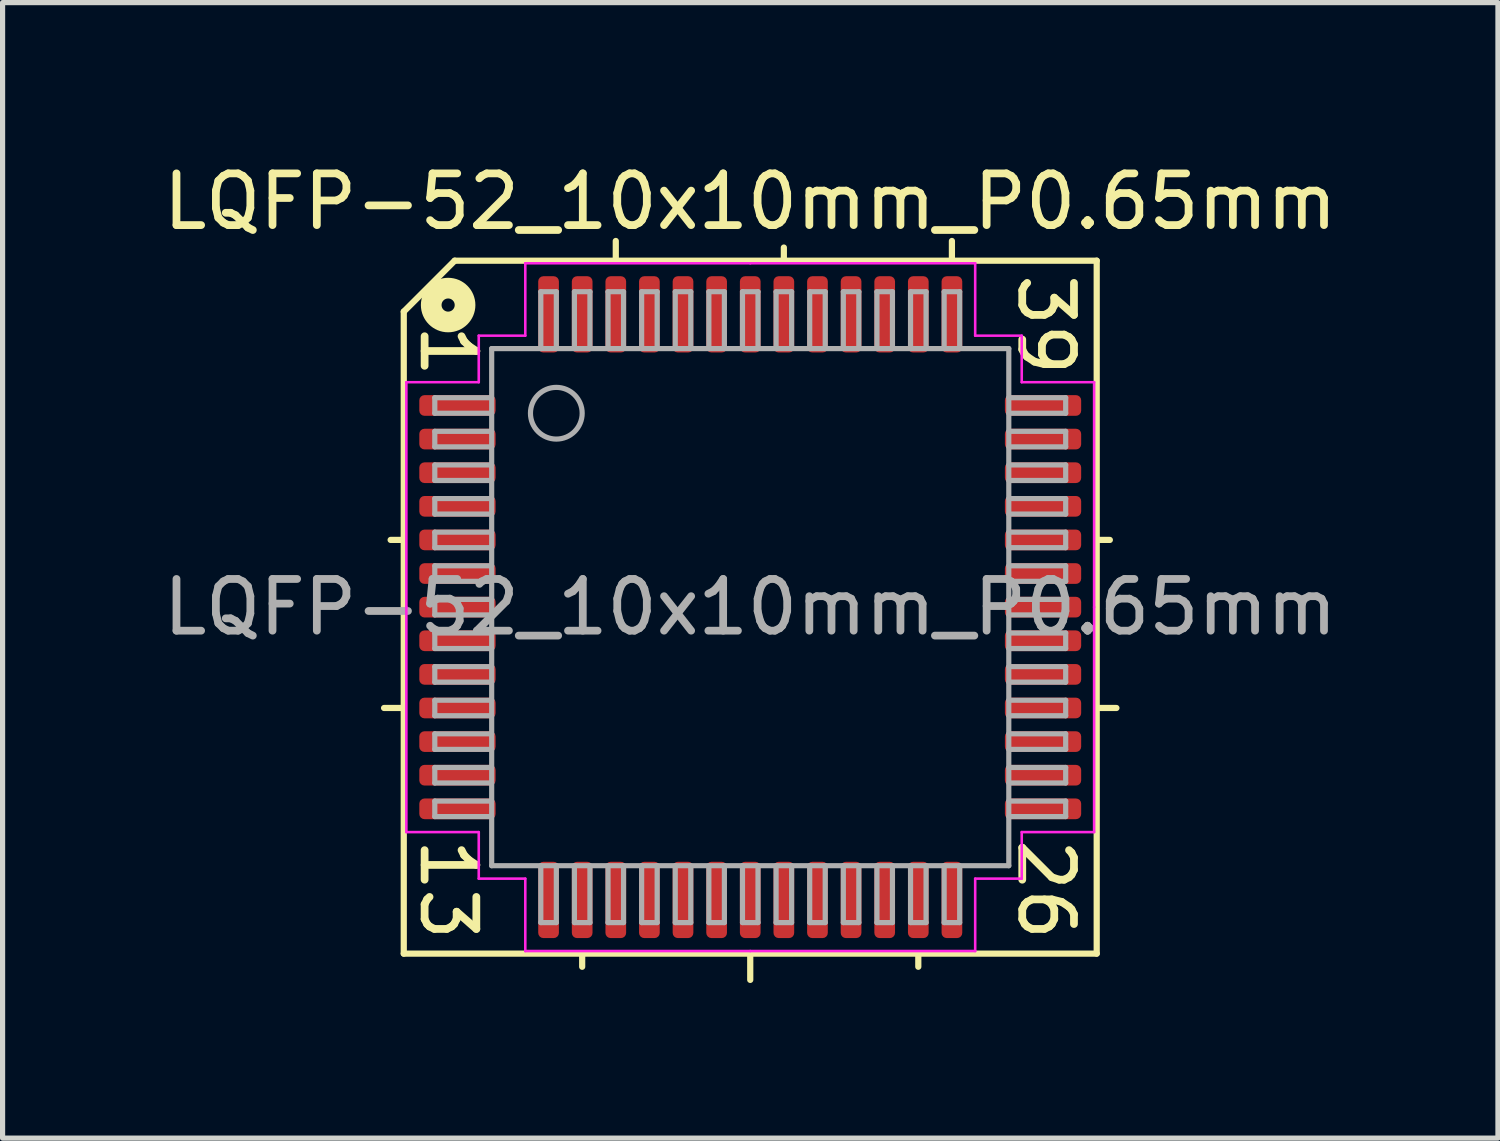
<source format=kicad_pcb>
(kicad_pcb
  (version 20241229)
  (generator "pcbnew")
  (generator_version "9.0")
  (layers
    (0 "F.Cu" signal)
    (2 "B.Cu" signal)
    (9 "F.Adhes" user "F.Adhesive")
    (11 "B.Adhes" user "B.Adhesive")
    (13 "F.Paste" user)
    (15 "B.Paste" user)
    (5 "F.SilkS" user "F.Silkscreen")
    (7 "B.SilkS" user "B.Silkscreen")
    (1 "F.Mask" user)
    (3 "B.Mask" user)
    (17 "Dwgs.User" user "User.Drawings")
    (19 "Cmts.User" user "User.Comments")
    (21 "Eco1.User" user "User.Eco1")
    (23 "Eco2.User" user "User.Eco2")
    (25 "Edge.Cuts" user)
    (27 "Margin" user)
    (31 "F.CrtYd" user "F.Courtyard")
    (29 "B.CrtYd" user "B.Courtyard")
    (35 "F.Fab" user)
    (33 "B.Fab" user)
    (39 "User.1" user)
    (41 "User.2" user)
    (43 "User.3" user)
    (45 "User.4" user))
  (footprint "LQFP-52_10x10mm_P0.65mm"
    (layer "F.Cu")
    (at 11.458 8.691)
    (property "Reference" "LQFP-52_10x10mm_P0.65mm" (at 0 -7.843 0) (layer "F.SilkS") (effects (font (size 1 1) (thickness 0.15))))
    (attr smd)
    (fp_line (start -6.7 -5.715) (end -6.7 6.7) (stroke (width 0.12) (type solid)) (layer "F.SilkS"))
    (fp_line (start -6.7 -1.3) (end -6.954 -1.3) (stroke (width 0.12) (type solid)) (layer "F.SilkS"))
    (fp_line (start -6.7 1.95) (end -7.081 1.95) (stroke (width 0.12) (type solid)) (layer "F.SilkS"))
    (fp_line (start -6.7 6.7) (end 6.7 6.7) (stroke (width 0.12) (type solid)) (layer "F.SilkS"))
    (fp_line (start -5.715 -6.7) (end -6.7 -5.715) (stroke (width 0.12) (type solid)) (layer "F.SilkS"))
    (fp_line (start -3.25 6.7) (end -3.25 6.954) (stroke (width 0.12) (type solid)) (layer "F.SilkS"))
    (fp_line (start -2.6 -6.7) (end -2.6 -7.081) (stroke (width 0.12) (type solid)) (layer "F.SilkS"))
    (fp_line (start 0 6.7) (end 0 7.208) (stroke (width 0.12) (type solid)) (layer "F.SilkS"))
    (fp_line (start 0.65 -6.7) (end 0.65 -6.954) (stroke (width 0.12) (type solid)) (layer "F.SilkS"))
    (fp_line (start 3.25 6.7) (end 3.25 6.954) (stroke (width 0.12) (type solid)) (layer "F.SilkS"))
    (fp_line (start 3.9 -6.7) (end 3.9 -7.081) (stroke (width 0.12) (type solid)) (layer "F.SilkS"))
    (fp_line (start 6.7 -6.7) (end -5.715 -6.7) (stroke (width 0.12) (type solid)) (layer "F.SilkS"))
    (fp_line (start 6.7 -1.3) (end 6.954 -1.3) (stroke (width 0.12) (type solid)) (layer "F.SilkS"))
    (fp_line (start 6.7 1.95) (end 7.081 1.95) (stroke (width 0.12) (type solid)) (layer "F.SilkS"))
    (fp_line (start 6.7 6.7) (end 6.7 -6.7) (stroke (width 0.12) (type solid)) (layer "F.SilkS"))
    (fp_circle (center -5.842 -5.842) (end -5.715 -5.842) (stroke (width 0.4) (type solid)) (fill no) (layer "F.SilkS"))
    (fp_line (start -6.65 -4.35) (end -6.65 0) (stroke (width 0.05) (type solid)) (layer "F.CrtYd"))
    (fp_line (start -6.65 4.35) (end -6.65 0) (stroke (width 0.05) (type solid)) (layer "F.CrtYd"))
    (fp_line (start -5.25 -5.25) (end -5.25 -4.35) (stroke (width 0.05) (type solid)) (layer "F.CrtYd"))
    (fp_line (start -5.25 -4.35) (end -6.65 -4.35) (stroke (width 0.05) (type solid)) (layer "F.CrtYd"))
    (fp_line (start -5.25 4.35) (end -6.65 4.35) (stroke (width 0.05) (type solid)) (layer "F.CrtYd"))
    (fp_line (start -5.25 5.25) (end -5.25 4.35) (stroke (width 0.05) (type solid)) (layer "F.CrtYd"))
    (fp_line (start -4.35 -6.65) (end -4.35 -5.25) (stroke (width 0.05) (type solid)) (layer "F.CrtYd"))
    (fp_line (start -4.35 -5.25) (end -5.25 -5.25) (stroke (width 0.05) (type solid)) (layer "F.CrtYd"))
    (fp_line (start -4.35 5.25) (end -5.25 5.25) (stroke (width 0.05) (type solid)) (layer "F.CrtYd"))
    (fp_line (start -4.35 6.65) (end -4.35 5.25) (stroke (width 0.05) (type solid)) (layer "F.CrtYd"))
    (fp_line (start 0 -6.65) (end -4.35 -6.65) (stroke (width 0.05) (type solid)) (layer "F.CrtYd"))
    (fp_line (start 0 -6.65) (end 4.35 -6.65) (stroke (width 0.05) (type solid)) (layer "F.CrtYd"))
    (fp_line (start 0 6.65) (end -4.35 6.65) (stroke (width 0.05) (type solid)) (layer "F.CrtYd"))
    (fp_line (start 0 6.65) (end 4.35 6.65) (stroke (width 0.05) (type solid)) (layer "F.CrtYd"))
    (fp_line (start 4.35 -6.65) (end 4.35 -5.25) (stroke (width 0.05) (type solid)) (layer "F.CrtYd"))
    (fp_line (start 4.35 -5.25) (end 5.25 -5.25) (stroke (width 0.05) (type solid)) (layer "F.CrtYd"))
    (fp_line (start 4.35 5.25) (end 5.25 5.25) (stroke (width 0.05) (type solid)) (layer "F.CrtYd"))
    (fp_line (start 4.35 6.65) (end 4.35 5.25) (stroke (width 0.05) (type solid)) (layer "F.CrtYd"))
    (fp_line (start 5.25 -5.25) (end 5.25 -4.35) (stroke (width 0.05) (type solid)) (layer "F.CrtYd"))
    (fp_line (start 5.25 -4.35) (end 6.65 -4.35) (stroke (width 0.05) (type solid)) (layer "F.CrtYd"))
    (fp_line (start 5.25 4.35) (end 6.65 4.35) (stroke (width 0.05) (type solid)) (layer "F.CrtYd"))
    (fp_line (start 5.25 5.25) (end 5.25 4.35) (stroke (width 0.05) (type solid)) (layer "F.CrtYd"))
    (fp_line (start 6.65 -4.35) (end 6.65 0) (stroke (width 0.05) (type solid)) (layer "F.CrtYd"))
    (fp_line (start 6.65 4.35) (end 6.65 0) (stroke (width 0.05) (type solid)) (layer "F.CrtYd"))
    (fp_line (start -6.1 -4.05) (end -6.1 -3.75) (stroke (width 0.1) (type solid)) (layer "F.Fab"))
    (fp_line (start -6.1 -4.05) (end -5 -4.05) (stroke (width 0.1) (type solid)) (layer "F.Fab"))
    (fp_line (start -6.1 -3.75) (end -5 -3.75) (stroke (width 0.1) (type solid)) (layer "F.Fab"))
    (fp_line (start -6.1 -3.4) (end -6.1 -3.1) (stroke (width 0.1) (type solid)) (layer "F.Fab"))
    (fp_line (start -6.1 -3.4) (end -5 -3.4) (stroke (width 0.1) (type solid)) (layer "F.Fab"))
    (fp_line (start -6.1 -3.1) (end -5 -3.1) (stroke (width 0.1) (type solid)) (layer "F.Fab"))
    (fp_line (start -6.1 -2.75) (end -6.1 -2.45) (stroke (width 0.1) (type solid)) (layer "F.Fab"))
    (fp_line (start -6.1 -2.75) (end -5 -2.75) (stroke (width 0.1) (type solid)) (layer "F.Fab"))
    (fp_line (start -6.1 -2.45) (end -5 -2.45) (stroke (width 0.1) (type solid)) (layer "F.Fab"))
    (fp_line (start -6.1 -2.1) (end -6.1 -1.8) (stroke (width 0.1) (type solid)) (layer "F.Fab"))
    (fp_line (start -6.1 -2.1) (end -5 -2.1) (stroke (width 0.1) (type solid)) (layer "F.Fab"))
    (fp_line (start -6.1 -1.8) (end -5 -1.8) (stroke (width 0.1) (type solid)) (layer "F.Fab"))
    (fp_line (start -6.1 -1.45) (end -6.1 -1.15) (stroke (width 0.1) (type solid)) (layer "F.Fab"))
    (fp_line (start -6.1 -1.45) (end -5 -1.45) (stroke (width 0.1) (type solid)) (layer "F.Fab"))
    (fp_line (start -6.1 -1.15) (end -5 -1.15) (stroke (width 0.1) (type solid)) (layer "F.Fab"))
    (fp_line (start -6.1 -0.8) (end -6.1 -0.5) (stroke (width 0.1) (type solid)) (layer "F.Fab"))
    (fp_line (start -6.1 -0.8) (end -5 -0.8) (stroke (width 0.1) (type solid)) (layer "F.Fab"))
    (fp_line (start -6.1 -0.5) (end -5 -0.5) (stroke (width 0.1) (type solid)) (layer "F.Fab"))
    (fp_line (start -6.1 -0.15) (end -6.1 0.15) (stroke (width 0.1) (type solid)) (layer "F.Fab"))
    (fp_line (start -6.1 -0.15) (end -5 -0.15) (stroke (width 0.1) (type solid)) (layer "F.Fab"))
    (fp_line (start -6.1 0.15) (end -5 0.15) (stroke (width 0.1) (type solid)) (layer "F.Fab"))
    (fp_line (start -6.1 0.5) (end -6.1 0.8) (stroke (width 0.1) (type solid)) (layer "F.Fab"))
    (fp_line (start -6.1 0.5) (end -5 0.5) (stroke (width 0.1) (type solid)) (layer "F.Fab"))
    (fp_line (start -6.1 0.8) (end -5 0.8) (stroke (width 0.1) (type solid)) (layer "F.Fab"))
    (fp_line (start -6.1 1.15) (end -6.1 1.45) (stroke (width 0.1) (type solid)) (layer "F.Fab"))
    (fp_line (start -6.1 1.15) (end -5 1.15) (stroke (width 0.1) (type solid)) (layer "F.Fab"))
    (fp_line (start -6.1 1.45) (end -5 1.45) (stroke (width 0.1) (type solid)) (layer "F.Fab"))
    (fp_line (start -6.1 1.8) (end -6.1 2.1) (stroke (width 0.1) (type solid)) (layer "F.Fab"))
    (fp_line (start -6.1 1.8) (end -5 1.8) (stroke (width 0.1) (type solid)) (layer "F.Fab"))
    (fp_line (start -6.1 2.1) (end -5 2.1) (stroke (width 0.1) (type solid)) (layer "F.Fab"))
    (fp_line (start -6.1 2.45) (end -6.1 2.75) (stroke (width 0.1) (type solid)) (layer "F.Fab"))
    (fp_line (start -6.1 2.45) (end -5 2.45) (stroke (width 0.1) (type solid)) (layer "F.Fab"))
    (fp_line (start -6.1 2.75) (end -5 2.75) (stroke (width 0.1) (type solid)) (layer "F.Fab"))
    (fp_line (start -6.1 3.1) (end -6.1 3.4) (stroke (width 0.1) (type solid)) (layer "F.Fab"))
    (fp_line (start -6.1 3.1) (end -5 3.1) (stroke (width 0.1) (type solid)) (layer "F.Fab"))
    (fp_line (start -6.1 3.4) (end -5 3.4) (stroke (width 0.1) (type solid)) (layer "F.Fab"))
    (fp_line (start -6.1 3.75) (end -6.1 4.05) (stroke (width 0.1) (type solid)) (layer "F.Fab"))
    (fp_line (start -6.1 3.75) (end -5 3.75) (stroke (width 0.1) (type solid)) (layer "F.Fab"))
    (fp_line (start -6.1 4.05) (end -5 4.05) (stroke (width 0.1) (type solid)) (layer "F.Fab"))
    (fp_line (start -5 -5) (end 5 -5) (stroke (width 0.1) (type solid)) (layer "F.Fab"))
    (fp_line (start -5 5) (end -5 -5) (stroke (width 0.1) (type solid)) (layer "F.Fab"))
    (fp_line (start -4.05 -6.1) (end -4.05 -5) (stroke (width 0.1) (type solid)) (layer "F.Fab"))
    (fp_line (start -4.05 6.1) (end -4.05 5) (stroke (width 0.1) (type solid)) (layer "F.Fab"))
    (fp_line (start -4.05 6.1) (end -3.75 6.1) (stroke (width 0.1) (type solid)) (layer "F.Fab"))
    (fp_line (start -3.75 -6.1) (end -4.05 -6.1) (stroke (width 0.1) (type solid)) (layer "F.Fab"))
    (fp_line (start -3.75 -6.1) (end -3.75 -5) (stroke (width 0.1) (type solid)) (layer "F.Fab"))
    (fp_line (start -3.75 6.1) (end -3.75 5) (stroke (width 0.1) (type solid)) (layer "F.Fab"))
    (fp_line (start -3.4 -6.1) (end -3.4 -5) (stroke (width 0.1) (type solid)) (layer "F.Fab"))
    (fp_line (start -3.4 6.1) (end -3.4 5) (stroke (width 0.1) (type solid)) (layer "F.Fab"))
    (fp_line (start -3.4 6.1) (end -3.1 6.1) (stroke (width 0.1) (type solid)) (layer "F.Fab"))
    (fp_line (start -3.1 -6.1) (end -3.4 -6.1) (stroke (width 0.1) (type solid)) (layer "F.Fab"))
    (fp_line (start -3.1 -6.1) (end -3.1 -5) (stroke (width 0.1) (type solid)) (layer "F.Fab"))
    (fp_line (start -3.1 6.1) (end -3.1 5) (stroke (width 0.1) (type solid)) (layer "F.Fab"))
    (fp_line (start -2.75 -6.1) (end -2.75 -5) (stroke (width 0.1) (type solid)) (layer "F.Fab"))
    (fp_line (start -2.75 6.1) (end -2.75 5) (stroke (width 0.1) (type solid)) (layer "F.Fab"))
    (fp_line (start -2.75 6.1) (end -2.45 6.1) (stroke (width 0.1) (type solid)) (layer "F.Fab"))
    (fp_line (start -2.45 -6.1) (end -2.75 -6.1) (stroke (width 0.1) (type solid)) (layer "F.Fab"))
    (fp_line (start -2.45 -6.1) (end -2.45 -5) (stroke (width 0.1) (type solid)) (layer "F.Fab"))
    (fp_line (start -2.45 6.1) (end -2.45 5) (stroke (width 0.1) (type solid)) (layer "F.Fab"))
    (fp_line (start -2.1 -6.1) (end -2.1 -5) (stroke (width 0.1) (type solid)) (layer "F.Fab"))
    (fp_line (start -2.1 6.1) (end -2.1 5) (stroke (width 0.1) (type solid)) (layer "F.Fab"))
    (fp_line (start -2.1 6.1) (end -1.8 6.1) (stroke (width 0.1) (type solid)) (layer "F.Fab"))
    (fp_line (start -1.8 -6.1) (end -2.1 -6.1) (stroke (width 0.1) (type solid)) (layer "F.Fab"))
    (fp_line (start -1.8 -6.1) (end -1.8 -5) (stroke (width 0.1) (type solid)) (layer "F.Fab"))
    (fp_line (start -1.8 6.1) (end -1.8 5) (stroke (width 0.1) (type solid)) (layer "F.Fab"))
    (fp_line (start -1.45 -6.1) (end -1.45 -5) (stroke (width 0.1) (type solid)) (layer "F.Fab"))
    (fp_line (start -1.45 6.1) (end -1.45 5) (stroke (width 0.1) (type solid)) (layer "F.Fab"))
    (fp_line (start -1.45 6.1) (end -1.15 6.1) (stroke (width 0.1) (type solid)) (layer "F.Fab"))
    (fp_line (start -1.15 -6.1) (end -1.45 -6.1) (stroke (width 0.1) (type solid)) (layer "F.Fab"))
    (fp_line (start -1.15 -6.1) (end -1.15 -5) (stroke (width 0.1) (type solid)) (layer "F.Fab"))
    (fp_line (start -1.15 6.1) (end -1.15 5) (stroke (width 0.1) (type solid)) (layer "F.Fab"))
    (fp_line (start -0.8 -6.1) (end -0.8 -5) (stroke (width 0.1) (type solid)) (layer "F.Fab"))
    (fp_line (start -0.8 6.1) (end -0.8 5) (stroke (width 0.1) (type solid)) (layer "F.Fab"))
    (fp_line (start -0.8 6.1) (end -0.5 6.1) (stroke (width 0.1) (type solid)) (layer "F.Fab"))
    (fp_line (start -0.5 -6.1) (end -0.8 -6.1) (stroke (width 0.1) (type solid)) (layer "F.Fab"))
    (fp_line (start -0.5 -6.1) (end -0.5 -5) (stroke (width 0.1) (type solid)) (layer "F.Fab"))
    (fp_line (start -0.5 6.1) (end -0.5 5) (stroke (width 0.1) (type solid)) (layer "F.Fab"))
    (fp_line (start -0.15 -6.1) (end -0.15 -5) (stroke (width 0.1) (type solid)) (layer "F.Fab"))
    (fp_line (start -0.15 6.1) (end -0.15 5) (stroke (width 0.1) (type solid)) (layer "F.Fab"))
    (fp_line (start -0.15 6.1) (end 0.15 6.1) (stroke (width 0.1) (type solid)) (layer "F.Fab"))
    (fp_line (start 0.15 -6.1) (end -0.15 -6.1) (stroke (width 0.1) (type solid)) (layer "F.Fab"))
    (fp_line (start 0.15 -6.1) (end 0.15 -5) (stroke (width 0.1) (type solid)) (layer "F.Fab"))
    (fp_line (start 0.15 6.1) (end 0.15 5) (stroke (width 0.1) (type solid)) (layer "F.Fab"))
    (fp_line (start 0.5 -6.1) (end 0.5 -5) (stroke (width 0.1) (type solid)) (layer "F.Fab"))
    (fp_line (start 0.5 6.1) (end 0.5 5) (stroke (width 0.1) (type solid)) (layer "F.Fab"))
    (fp_line (start 0.5 6.1) (end 0.8 6.1) (stroke (width 0.1) (type solid)) (layer "F.Fab"))
    (fp_line (start 0.8 -6.1) (end 0.5 -6.1) (stroke (width 0.1) (type solid)) (layer "F.Fab"))
    (fp_line (start 0.8 -6.1) (end 0.8 -5) (stroke (width 0.1) (type solid)) (layer "F.Fab"))
    (fp_line (start 0.8 6.1) (end 0.8 5) (stroke (width 0.1) (type solid)) (layer "F.Fab"))
    (fp_line (start 1.15 -6.1) (end 1.15 -5) (stroke (width 0.1) (type solid)) (layer "F.Fab"))
    (fp_line (start 1.15 6.1) (end 1.15 5) (stroke (width 0.1) (type solid)) (layer "F.Fab"))
    (fp_line (start 1.15 6.1) (end 1.45 6.1) (stroke (width 0.1) (type solid)) (layer "F.Fab"))
    (fp_line (start 1.45 -6.1) (end 1.15 -6.1) (stroke (width 0.1) (type solid)) (layer "F.Fab"))
    (fp_line (start 1.45 -6.1) (end 1.45 -5) (stroke (width 0.1) (type solid)) (layer "F.Fab"))
    (fp_line (start 1.45 6.1) (end 1.45 5) (stroke (width 0.1) (type solid)) (layer "F.Fab"))
    (fp_line (start 1.8 -6.1) (end 1.8 -5) (stroke (width 0.1) (type solid)) (layer "F.Fab"))
    (fp_line (start 1.8 6.1) (end 1.8 5) (stroke (width 0.1) (type solid)) (layer "F.Fab"))
    (fp_line (start 1.8 6.1) (end 2.1 6.1) (stroke (width 0.1) (type solid)) (layer "F.Fab"))
    (fp_line (start 2.1 -6.1) (end 1.8 -6.1) (stroke (width 0.1) (type solid)) (layer "F.Fab"))
    (fp_line (start 2.1 -6.1) (end 2.1 -5) (stroke (width 0.1) (type solid)) (layer "F.Fab"))
    (fp_line (start 2.1 6.1) (end 2.1 5) (stroke (width 0.1) (type solid)) (layer "F.Fab"))
    (fp_line (start 2.45 -6.1) (end 2.45 -5) (stroke (width 0.1) (type solid)) (layer "F.Fab"))
    (fp_line (start 2.45 6.1) (end 2.45 5) (stroke (width 0.1) (type solid)) (layer "F.Fab"))
    (fp_line (start 2.45 6.1) (end 2.75 6.1) (stroke (width 0.1) (type solid)) (layer "F.Fab"))
    (fp_line (start 2.75 -6.1) (end 2.45 -6.1) (stroke (width 0.1) (type solid)) (layer "F.Fab"))
    (fp_line (start 2.75 -6.1) (end 2.75 -5) (stroke (width 0.1) (type solid)) (layer "F.Fab"))
    (fp_line (start 2.75 6.1) (end 2.75 5) (stroke (width 0.1) (type solid)) (layer "F.Fab"))
    (fp_line (start 3.1 -6.1) (end 3.1 -5) (stroke (width 0.1) (type solid)) (layer "F.Fab"))
    (fp_line (start 3.1 6.1) (end 3.1 5) (stroke (width 0.1) (type solid)) (layer "F.Fab"))
    (fp_line (start 3.1 6.1) (end 3.4 6.1) (stroke (width 0.1) (type solid)) (layer "F.Fab"))
    (fp_line (start 3.4 -6.1) (end 3.1 -6.1) (stroke (width 0.1) (type solid)) (layer "F.Fab"))
    (fp_line (start 3.4 -6.1) (end 3.4 -5) (stroke (width 0.1) (type solid)) (layer "F.Fab"))
    (fp_line (start 3.4 6.1) (end 3.4 5) (stroke (width 0.1) (type solid)) (layer "F.Fab"))
    (fp_line (start 3.75 -6.1) (end 3.75 -5) (stroke (width 0.1) (type solid)) (layer "F.Fab"))
    (fp_line (start 3.75 6.1) (end 3.75 5) (stroke (width 0.1) (type solid)) (layer "F.Fab"))
    (fp_line (start 3.75 6.1) (end 4.05 6.1) (stroke (width 0.1) (type solid)) (layer "F.Fab"))
    (fp_line (start 4.05 -6.1) (end 3.75 -6.1) (stroke (width 0.1) (type solid)) (layer "F.Fab"))
    (fp_line (start 4.05 -6.1) (end 4.05 -5) (stroke (width 0.1) (type solid)) (layer "F.Fab"))
    (fp_line (start 4.05 6.1) (end 4.05 5) (stroke (width 0.1) (type solid)) (layer "F.Fab"))
    (fp_line (start 5 -5) (end 5 5) (stroke (width 0.1) (type solid)) (layer "F.Fab"))
    (fp_line (start 5 5) (end -5 5) (stroke (width 0.1) (type solid)) (layer "F.Fab"))
    (fp_line (start 6.1 -4.05) (end 5 -4.05) (stroke (width 0.1) (type solid)) (layer "F.Fab"))
    (fp_line (start 6.1 -3.75) (end 5 -3.75) (stroke (width 0.1) (type solid)) (layer "F.Fab"))
    (fp_line (start 6.1 -3.75) (end 6.1 -4.05) (stroke (width 0.1) (type solid)) (layer "F.Fab"))
    (fp_line (start 6.1 -3.4) (end 5 -3.4) (stroke (width 0.1) (type solid)) (layer "F.Fab"))
    (fp_line (start 6.1 -3.1) (end 5 -3.1) (stroke (width 0.1) (type solid)) (layer "F.Fab"))
    (fp_line (start 6.1 -3.1) (end 6.1 -3.4) (stroke (width 0.1) (type solid)) (layer "F.Fab"))
    (fp_line (start 6.1 -2.75) (end 5 -2.75) (stroke (width 0.1) (type solid)) (layer "F.Fab"))
    (fp_line (start 6.1 -2.45) (end 5 -2.45) (stroke (width 0.1) (type solid)) (layer "F.Fab"))
    (fp_line (start 6.1 -2.45) (end 6.1 -2.75) (stroke (width 0.1) (type solid)) (layer "F.Fab"))
    (fp_line (start 6.1 -2.1) (end 5 -2.1) (stroke (width 0.1) (type solid)) (layer "F.Fab"))
    (fp_line (start 6.1 -1.8) (end 5 -1.8) (stroke (width 0.1) (type solid)) (layer "F.Fab"))
    (fp_line (start 6.1 -1.8) (end 6.1 -2.1) (stroke (width 0.1) (type solid)) (layer "F.Fab"))
    (fp_line (start 6.1 -1.45) (end 5 -1.45) (stroke (width 0.1) (type solid)) (layer "F.Fab"))
    (fp_line (start 6.1 -1.15) (end 5 -1.15) (stroke (width 0.1) (type solid)) (layer "F.Fab"))
    (fp_line (start 6.1 -1.15) (end 6.1 -1.45) (stroke (width 0.1) (type solid)) (layer "F.Fab"))
    (fp_line (start 6.1 -0.8) (end 5 -0.8) (stroke (width 0.1) (type solid)) (layer "F.Fab"))
    (fp_line (start 6.1 -0.5) (end 5 -0.5) (stroke (width 0.1) (type solid)) (layer "F.Fab"))
    (fp_line (start 6.1 -0.5) (end 6.1 -0.8) (stroke (width 0.1) (type solid)) (layer "F.Fab"))
    (fp_line (start 6.1 -0.15) (end 5 -0.15) (stroke (width 0.1) (type solid)) (layer "F.Fab"))
    (fp_line (start 6.1 0.15) (end 5 0.15) (stroke (width 0.1) (type solid)) (layer "F.Fab"))
    (fp_line (start 6.1 0.15) (end 6.1 -0.15) (stroke (width 0.1) (type solid)) (layer "F.Fab"))
    (fp_line (start 6.1 0.5) (end 5 0.5) (stroke (width 0.1) (type solid)) (layer "F.Fab"))
    (fp_line (start 6.1 0.8) (end 5 0.8) (stroke (width 0.1) (type solid)) (layer "F.Fab"))
    (fp_line (start 6.1 0.8) (end 6.1 0.5) (stroke (width 0.1) (type solid)) (layer "F.Fab"))
    (fp_line (start 6.1 1.15) (end 5 1.15) (stroke (width 0.1) (type solid)) (layer "F.Fab"))
    (fp_line (start 6.1 1.45) (end 5 1.45) (stroke (width 0.1) (type solid)) (layer "F.Fab"))
    (fp_line (start 6.1 1.45) (end 6.1 1.15) (stroke (width 0.1) (type solid)) (layer "F.Fab"))
    (fp_line (start 6.1 1.8) (end 5 1.8) (stroke (width 0.1) (type solid)) (layer "F.Fab"))
    (fp_line (start 6.1 2.1) (end 5 2.1) (stroke (width 0.1) (type solid)) (layer "F.Fab"))
    (fp_line (start 6.1 2.1) (end 6.1 1.8) (stroke (width 0.1) (type solid)) (layer "F.Fab"))
    (fp_line (start 6.1 2.45) (end 5 2.45) (stroke (width 0.1) (type solid)) (layer "F.Fab"))
    (fp_line (start 6.1 2.75) (end 5 2.75) (stroke (width 0.1) (type solid)) (layer "F.Fab"))
    (fp_line (start 6.1 2.75) (end 6.1 2.45) (stroke (width 0.1) (type solid)) (layer "F.Fab"))
    (fp_line (start 6.1 3.1) (end 5 3.1) (stroke (width 0.1) (type solid)) (layer "F.Fab"))
    (fp_line (start 6.1 3.4) (end 5 3.4) (stroke (width 0.1) (type solid)) (layer "F.Fab"))
    (fp_line (start 6.1 3.4) (end 6.1 3.1) (stroke (width 0.1) (type solid)) (layer "F.Fab"))
    (fp_line (start 6.1 3.75) (end 5 3.75) (stroke (width 0.1) (type solid)) (layer "F.Fab"))
    (fp_line (start 6.1 4.05) (end 5 4.05) (stroke (width 0.1) (type solid)) (layer "F.Fab"))
    (fp_line (start 6.1 4.05) (end 6.1 3.75) (stroke (width 0.1) (type solid)) (layer "F.Fab"))
    (fp_circle (center -3.75 -3.75) (end -3.25 -3.75) (stroke (width 0.1) (type solid)) (fill no) (layer "F.Fab"))
    (fp_text user "26" (at 5.715 5.461 270) (unlocked yes) (layer "F.SilkS") (effects (font (size 1 1) (thickness 0.15))))
    (fp_text user "1" (at -5.842 -4.953 270) (unlocked yes) (layer "F.SilkS") (effects (font (size 1 1) (thickness 0.15))))
    (fp_text user "39" (at 5.715 -5.461 270) (unlocked yes) (layer "F.SilkS") (effects (font (size 1 1) (thickness 0.15))))
    (fp_text user "13" (at -5.842 5.461 270) (unlocked yes) (layer "F.SilkS") (effects (font (size 1 1) (thickness 0.15))))
    (fp_text user "${REFERENCE}" (at 0 0 0) (layer "F.Fab") (effects (font (size 1 1) (thickness 0.15))))
    (pad "1" smd roundrect (at -5.662 -3.9) (size 1.475 0.4) (layers "F.Cu" "F.Mask" "F.Paste") (roundrect_rratio 0.25))
    (pad "2" smd roundrect (at -5.662 -3.25) (size 1.475 0.4) (layers "F.Cu" "F.Mask" "F.Paste") (roundrect_rratio 0.25))
    (pad "3" smd roundrect (at -5.662 -2.6) (size 1.475 0.4) (layers "F.Cu" "F.Mask" "F.Paste") (roundrect_rratio 0.25))
    (pad "4" smd roundrect (at -5.662 -1.95) (size 1.475 0.4) (layers "F.Cu" "F.Mask" "F.Paste") (roundrect_rratio 0.25))
    (pad "5" smd roundrect (at -5.662 -1.3) (size 1.475 0.4) (layers "F.Cu" "F.Mask" "F.Paste") (roundrect_rratio 0.25))
    (pad "6" smd roundrect (at -5.662 -0.65) (size 1.475 0.4) (layers "F.Cu" "F.Mask" "F.Paste") (roundrect_rratio 0.25))
    (pad "7" smd roundrect (at -5.662 0) (size 1.475 0.4) (layers "F.Cu" "F.Mask" "F.Paste") (roundrect_rratio 0.25))
    (pad "8" smd roundrect (at -5.662 0.65) (size 1.475 0.4) (layers "F.Cu" "F.Mask" "F.Paste") (roundrect_rratio 0.25))
    (pad "9" smd roundrect (at -5.662 1.3) (size 1.475 0.4) (layers "F.Cu" "F.Mask" "F.Paste") (roundrect_rratio 0.25))
    (pad "10" smd roundrect (at -5.662 1.95) (size 1.475 0.4) (layers "F.Cu" "F.Mask" "F.Paste") (roundrect_rratio 0.25))
    (pad "11" smd roundrect (at -5.662 2.6) (size 1.475 0.4) (layers "F.Cu" "F.Mask" "F.Paste") (roundrect_rratio 0.25))
    (pad "12" smd roundrect (at -5.662 3.25) (size 1.475 0.4) (layers "F.Cu" "F.Mask" "F.Paste") (roundrect_rratio 0.25))
    (pad "13" smd roundrect (at -5.662 3.9) (size 1.475 0.4) (layers "F.Cu" "F.Mask" "F.Paste") (roundrect_rratio 0.25))
    (pad "14" smd roundrect (at -3.9 5.662) (size 0.4 1.475) (layers "F.Cu" "F.Mask" "F.Paste") (roundrect_rratio 0.25))
    (pad "15" smd roundrect (at -3.25 5.662) (size 0.4 1.475) (layers "F.Cu" "F.Mask" "F.Paste") (roundrect_rratio 0.25))
    (pad "16" smd roundrect (at -2.6 5.662) (size 0.4 1.475) (layers "F.Cu" "F.Mask" "F.Paste") (roundrect_rratio 0.25))
    (pad "17" smd roundrect (at -1.95 5.662) (size 0.4 1.475) (layers "F.Cu" "F.Mask" "F.Paste") (roundrect_rratio 0.25))
    (pad "18" smd roundrect (at -1.3 5.662) (size 0.4 1.475) (layers "F.Cu" "F.Mask" "F.Paste") (roundrect_rratio 0.25))
    (pad "19" smd roundrect (at -0.65 5.662) (size 0.4 1.475) (layers "F.Cu" "F.Mask" "F.Paste") (roundrect_rratio 0.25))
    (pad "20" smd roundrect (at 0 5.662) (size 0.4 1.475) (layers "F.Cu" "F.Mask" "F.Paste") (roundrect_rratio 0.25))
    (pad "21" smd roundrect (at 0.65 5.662) (size 0.4 1.475) (layers "F.Cu" "F.Mask" "F.Paste") (roundrect_rratio 0.25))
    (pad "22" smd roundrect (at 1.3 5.662) (size 0.4 1.475) (layers "F.Cu" "F.Mask" "F.Paste") (roundrect_rratio 0.25))
    (pad "23" smd roundrect (at 1.95 5.662) (size 0.4 1.475) (layers "F.Cu" "F.Mask" "F.Paste") (roundrect_rratio 0.25))
    (pad "24" smd roundrect (at 2.6 5.662) (size 0.4 1.475) (layers "F.Cu" "F.Mask" "F.Paste") (roundrect_rratio 0.25))
    (pad "25" smd roundrect (at 3.25 5.662) (size 0.4 1.475) (layers "F.Cu" "F.Mask" "F.Paste") (roundrect_rratio 0.25))
    (pad "26" smd roundrect (at 3.9 5.662) (size 0.4 1.475) (layers "F.Cu" "F.Mask" "F.Paste") (roundrect_rratio 0.25))
    (pad "27" smd roundrect (at 5.662 3.9) (size 1.475 0.4) (layers "F.Cu" "F.Mask" "F.Paste") (roundrect_rratio 0.25))
    (pad "28" smd roundrect (at 5.662 3.25) (size 1.475 0.4) (layers "F.Cu" "F.Mask" "F.Paste") (roundrect_rratio 0.25))
    (pad "29" smd roundrect (at 5.662 2.6) (size 1.475 0.4) (layers "F.Cu" "F.Mask" "F.Paste") (roundrect_rratio 0.25))
    (pad "30" smd roundrect (at 5.662 1.95) (size 1.475 0.4) (layers "F.Cu" "F.Mask" "F.Paste") (roundrect_rratio 0.25))
    (pad "31" smd roundrect (at 5.662 1.3) (size 1.475 0.4) (layers "F.Cu" "F.Mask" "F.Paste") (roundrect_rratio 0.25))
    (pad "32" smd roundrect (at 5.662 0.65) (size 1.475 0.4) (layers "F.Cu" "F.Mask" "F.Paste") (roundrect_rratio 0.25))
    (pad "33" smd roundrect (at 5.662 0) (size 1.475 0.4) (layers "F.Cu" "F.Mask" "F.Paste") (roundrect_rratio 0.25))
    (pad "34" smd roundrect (at 5.662 -0.65) (size 1.475 0.4) (layers "F.Cu" "F.Mask" "F.Paste") (roundrect_rratio 0.25))
    (pad "35" smd roundrect (at 5.662 -1.3) (size 1.475 0.4) (layers "F.Cu" "F.Mask" "F.Paste") (roundrect_rratio 0.25))
    (pad "36" smd roundrect (at 5.662 -1.95) (size 1.475 0.4) (layers "F.Cu" "F.Mask" "F.Paste") (roundrect_rratio 0.25))
    (pad "37" smd roundrect (at 5.662 -2.6) (size 1.475 0.4) (layers "F.Cu" "F.Mask" "F.Paste") (roundrect_rratio 0.25))
    (pad "38" smd roundrect (at 5.662 -3.25) (size 1.475 0.4) (layers "F.Cu" "F.Mask" "F.Paste") (roundrect_rratio 0.25))
    (pad "39" smd roundrect (at 5.662 -3.9) (size 1.475 0.4) (layers "F.Cu" "F.Mask" "F.Paste") (roundrect_rratio 0.25))
    (pad "40" smd roundrect (at 3.9 -5.662) (size 0.4 1.475) (layers "F.Cu" "F.Mask" "F.Paste") (roundrect_rratio 0.25))
    (pad "41" smd roundrect (at 3.25 -5.662) (size 0.4 1.475) (layers "F.Cu" "F.Mask" "F.Paste") (roundrect_rratio 0.25))
    (pad "42" smd roundrect (at 2.6 -5.662) (size 0.4 1.475) (layers "F.Cu" "F.Mask" "F.Paste") (roundrect_rratio 0.25))
    (pad "43" smd roundrect (at 1.95 -5.662) (size 0.4 1.475) (layers "F.Cu" "F.Mask" "F.Paste") (roundrect_rratio 0.25))
    (pad "44" smd roundrect (at 1.3 -5.662) (size 0.4 1.475) (layers "F.Cu" "F.Mask" "F.Paste") (roundrect_rratio 0.25))
    (pad "45" smd roundrect (at 0.65 -5.662) (size 0.4 1.475) (layers "F.Cu" "F.Mask" "F.Paste") (roundrect_rratio 0.25))
    (pad "46" smd roundrect (at 0 -5.662) (size 0.4 1.475) (layers "F.Cu" "F.Mask" "F.Paste") (roundrect_rratio 0.25))
    (pad "47" smd roundrect (at -0.65 -5.662) (size 0.4 1.475) (layers "F.Cu" "F.Mask" "F.Paste") (roundrect_rratio 0.25))
    (pad "48" smd roundrect (at -1.3 -5.662) (size 0.4 1.475) (layers "F.Cu" "F.Mask" "F.Paste") (roundrect_rratio 0.25))
    (pad "49" smd roundrect (at -1.95 -5.662) (size 0.4 1.475) (layers "F.Cu" "F.Mask" "F.Paste") (roundrect_rratio 0.25))
    (pad "50" smd roundrect (at -2.6 -5.662) (size 0.4 1.475) (layers "F.Cu" "F.Mask" "F.Paste") (roundrect_rratio 0.25))
    (pad "51" smd roundrect (at -3.25 -5.662) (size 0.4 1.475) (layers "F.Cu" "F.Mask" "F.Paste") (roundrect_rratio 0.25))
    (pad "52" smd roundrect (at -3.9 -5.662) (size 0.4 1.475) (layers "F.Cu" "F.Mask" "F.Paste") (roundrect_rratio 0.25)))
  (gr_rect
    (start -3 -3)
    (end 25.917 18.959)
    (stroke (width 0.1) (type default))
    (fill no)
    (layer "Edge.Cuts")))
</source>
